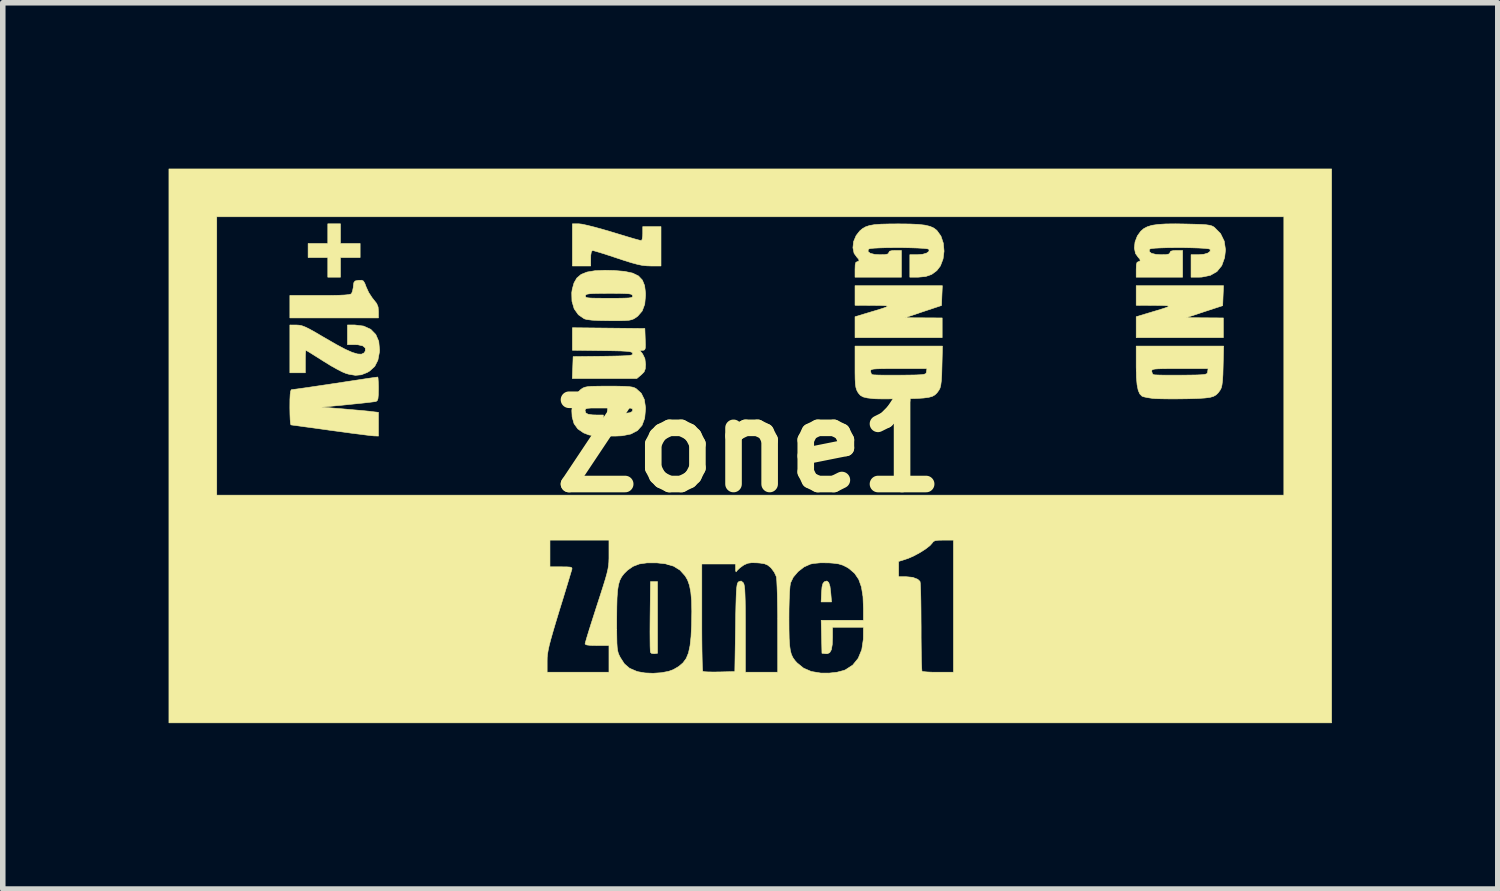
<source format=kicad_pcb>
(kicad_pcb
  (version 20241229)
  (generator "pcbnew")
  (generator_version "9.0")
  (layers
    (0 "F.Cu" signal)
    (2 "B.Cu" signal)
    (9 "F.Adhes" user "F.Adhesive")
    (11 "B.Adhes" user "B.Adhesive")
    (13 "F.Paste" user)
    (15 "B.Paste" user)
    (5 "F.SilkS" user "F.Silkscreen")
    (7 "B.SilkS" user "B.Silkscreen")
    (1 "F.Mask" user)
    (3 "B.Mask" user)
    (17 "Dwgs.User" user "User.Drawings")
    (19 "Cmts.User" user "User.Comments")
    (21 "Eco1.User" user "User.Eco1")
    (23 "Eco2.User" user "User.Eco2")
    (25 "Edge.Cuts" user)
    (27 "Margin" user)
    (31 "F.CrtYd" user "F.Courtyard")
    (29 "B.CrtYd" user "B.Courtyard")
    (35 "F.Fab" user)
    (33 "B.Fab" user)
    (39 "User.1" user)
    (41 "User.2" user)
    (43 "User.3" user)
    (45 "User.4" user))
  (footprint "Zone1"
    (layer "F.Cu")
    (at 10.506 5.014)
    (property "Reference" "Zone1" (at 0 0 0) (layer "F.SilkS") (effects (font (size 1.524 1.524) (thickness 0.3))))
    (attr through_hole)
    (fp_poly (pts (xy 1.431 2.47) (xy 1.454 2.54) (xy 1.468 2.655) (xy 1.482 2.822) (xy 1.294 2.822) (xy 1.302 2.653) (xy 1.31 2.551) (xy 1.326 2.49) (xy 1.352 2.457) (xy 1.353 2.457) (xy 1.398 2.443) (xy 1.431 2.47)) (stroke (width 0.01) (type solid)) (fill yes) (layer "F.SilkS"))
    (fp_poly (pts (xy -7.399 -3.661) (xy -7.043 -3.661) (xy -7.043 -3.407) (xy -7.399 -3.407) (xy -7.399 -3.051) (xy -7.628 -3.051) (xy -7.628 -3.407) (xy -7.984 -3.407) (xy -7.984 -3.661) (xy -7.628 -3.661) (xy -7.628 -4.017) (xy -7.399 -4.017) (xy -7.399 -3.661)) (stroke (width 0.01) (type solid)) (fill yes) (layer "F.SilkS"))
    (fp_poly (pts (xy -1.665 3.75) (xy -1.723 3.758) (xy -1.773 3.752) (xy -1.793 3.732) (xy -1.796 3.698) (xy -1.799 3.621) (xy -1.8 3.507) (xy -1.801 3.365) (xy -1.8 3.202) (xy -1.799 3.076) (xy -1.792 2.454) (xy -1.665 2.454) (xy -1.665 3.75)) (stroke (width 0.01) (type solid)) (fill yes) (layer "F.SilkS"))
    (fp_poly (pts (xy 8.563 -2.717) (xy 8.556 -2.536) (xy 8.225 -2.428) (xy 7.895 -2.319) (xy 8.568 -2.314) (xy 8.568 -1.958) (xy 6.992 -1.958) (xy 6.992 -2.336) (xy 7.214 -2.403) (xy 7.375 -2.451) (xy 7.488 -2.486) (xy 7.556 -2.51) (xy 7.579 -2.526) (xy 7.56 -2.534) (xy 7.5 -2.539) (xy 7.4 -2.54) (xy 7.316 -2.541) (xy 6.992 -2.543) (xy 6.992 -2.898) (xy 8.571 -2.898) (xy 8.563 -2.717)) (stroke (width 0.01) (type solid)) (fill yes) (layer "F.SilkS"))
    (fp_poly (pts (xy 3.478 -2.719) (xy 3.471 -2.539) (xy 3.14 -2.429) (xy 2.81 -2.318) (xy 3.146 -2.316) (xy 3.483 -2.314) (xy 3.483 -1.958) (xy 1.907 -1.958) (xy 1.907 -2.336) (xy 2.129 -2.403) (xy 2.29 -2.451) (xy 2.403 -2.486) (xy 2.47 -2.51) (xy 2.494 -2.526) (xy 2.475 -2.534) (xy 2.415 -2.539) (xy 2.315 -2.54) (xy 2.231 -2.541) (xy 1.907 -2.543) (xy 1.907 -2.898) (xy 3.486 -2.898) (xy 3.478 -2.719)) (stroke (width 0.01) (type solid)) (fill yes) (layer "F.SilkS"))
    (fp_poly (pts (xy -6.984 -2.982) (xy -6.959 -2.941) (xy -6.933 -2.872) (xy -6.888 -2.774) (xy -6.826 -2.679) (xy -6.8 -2.646) (xy -6.744 -2.575) (xy -6.718 -2.511) (xy -6.712 -2.431) (xy -6.712 -2.314) (xy -8.314 -2.314) (xy -8.314 -2.721) (xy -7.771 -2.721) (xy -7.576 -2.721) (xy -7.428 -2.724) (xy -7.321 -2.729) (xy -7.25 -2.736) (xy -7.211 -2.746) (xy -7.2 -2.753) (xy -7.181 -2.798) (xy -7.167 -2.868) (xy -7.166 -2.886) (xy -7.157 -2.952) (xy -7.135 -2.982) (xy -7.086 -2.993) (xy -7.068 -2.995) (xy -7.016 -2.996) (xy -6.984 -2.982)) (stroke (width 0.01) (type solid)) (fill yes) (layer "F.SilkS"))
    (fp_poly (pts (xy -3.031 -4.01) (xy -2.93 -3.988) (xy -2.798 -3.955) (xy -2.643 -3.912) (xy -2.483 -3.865) (xy -2.331 -3.819) (xy -2.196 -3.778) (xy -2.084 -3.745) (xy -2.003 -3.723) (xy -1.962 -3.713) (xy -1.959 -3.712) (xy -1.943 -3.735) (xy -1.934 -3.794) (xy -1.932 -3.839) (xy -1.932 -3.966) (xy -1.602 -3.966) (xy -1.602 -3.254) (xy -1.787 -3.254) (xy -1.865 -3.257) (xy -1.941 -3.265) (xy -2.027 -3.283) (xy -2.131 -3.311) (xy -2.266 -3.353) (xy -2.39 -3.394) (xy -2.529 -3.44) (xy -2.652 -3.48) (xy -2.751 -3.51) (xy -2.817 -3.529) (xy -2.84 -3.534) (xy -2.861 -3.514) (xy -2.872 -3.449) (xy -2.873 -3.394) (xy -2.873 -3.254) (xy -3.204 -3.254) (xy -3.204 -4.017) (xy -3.092 -4.017) (xy -3.031 -4.01)) (stroke (width 0.01) (type solid)) (fill yes) (layer "F.SilkS"))
    (fp_poly (pts (xy -2.549 -2.13) (xy -1.894 -2.123) (xy -1.887 -1.926) (xy -1.884 -1.827) (xy -1.886 -1.768) (xy -1.897 -1.739) (xy -1.917 -1.73) (xy -1.933 -1.729) (xy -1.987 -1.729) (xy -1.934 -1.662) (xy -1.893 -1.578) (xy -1.881 -1.474) (xy -1.887 -1.392) (xy -1.908 -1.338) (xy -1.956 -1.289) (xy -1.96 -1.286) (xy -2.038 -1.22) (xy -3.206 -1.22) (xy -3.198 -1.417) (xy -3.191 -1.615) (xy -2.649 -1.621) (xy -2.469 -1.624) (xy -2.334 -1.627) (xy -2.238 -1.631) (xy -2.174 -1.636) (xy -2.136 -1.643) (xy -2.118 -1.654) (xy -2.115 -1.667) (xy -2.115 -1.672) (xy -2.122 -1.687) (xy -2.141 -1.698) (xy -2.177 -1.706) (xy -2.238 -1.712) (xy -2.329 -1.717) (xy -2.457 -1.72) (xy -2.629 -1.723) (xy -2.664 -1.723) (xy -3.204 -1.73) (xy -3.204 -2.137) (xy -2.549 -2.13)) (stroke (width 0.01) (type solid)) (fill yes) (layer "F.SilkS"))
    (fp_poly (pts (xy -6.98 -2.167) (xy -6.852 -2.109) (xy -6.76 -2.015) (xy -6.706 -1.89) (xy -6.692 -1.734) (xy -6.694 -1.699) (xy -6.722 -1.55) (xy -6.779 -1.438) (xy -6.87 -1.355) (xy -6.915 -1.328) (xy -7.022 -1.286) (xy -7.127 -1.276) (xy -7.247 -1.296) (xy -7.3 -1.311) (xy -7.365 -1.338) (xy -7.46 -1.387) (xy -7.574 -1.451) (xy -7.694 -1.525) (xy -7.715 -1.538) (xy -7.824 -1.607) (xy -7.916 -1.665) (xy -7.984 -1.707) (xy -8.021 -1.727) (xy -8.024 -1.729) (xy -8.029 -1.706) (xy -8.033 -1.643) (xy -8.034 -1.554) (xy -8.034 -1.526) (xy -8.034 -1.322) (xy -8.314 -1.322) (xy -8.314 -2.187) (xy -8.193 -2.186) (xy -8.145 -2.183) (xy -8.096 -2.173) (xy -8.038 -2.151) (xy -7.963 -2.115) (xy -7.864 -2.06) (xy -7.733 -1.983) (xy -7.674 -1.949) (xy -7.475 -1.834) (xy -7.314 -1.748) (xy -7.186 -1.691) (xy -7.088 -1.662) (xy -7.018 -1.659) (xy -6.972 -1.682) (xy -6.95 -1.716) (xy -6.95 -1.771) (xy -6.995 -1.809) (xy -7.083 -1.829) (xy -7.135 -1.831) (xy -7.272 -1.831) (xy -7.272 -2.187) (xy -7.14 -2.187) (xy -6.98 -2.167)) (stroke (width 0.01) (type solid)) (fill yes) (layer "F.SilkS"))
    (fp_poly (pts (xy 8.564 -1.442) (xy 8.56 -1.289) (xy 8.553 -1.179) (xy 8.543 -1.101) (xy 8.53 -1.048) (xy 8.511 -1.01) (xy 8.511 -1.01) (xy 8.475 -0.96) (xy 8.437 -0.923) (xy 8.39 -0.896) (xy 8.324 -0.877) (xy 8.233 -0.866) (xy 8.109 -0.858) (xy 7.944 -0.853) (xy 7.89 -0.852) (xy 7.731 -0.85) (xy 7.577 -0.85) (xy 7.441 -0.852) (xy 7.335 -0.856) (xy 7.284 -0.86) (xy 7.197 -0.873) (xy 7.127 -0.888) (xy 7.097 -0.899) (xy 7.057 -0.94) (xy 7.028 -1.006) (xy 7.008 -1.105) (xy 6.996 -1.241) (xy 6.994 -1.35) (xy 7.272 -1.35) (xy 7.286 -1.303) (xy 7.303 -1.288) (xy 7.338 -1.284) (xy 7.415 -1.281) (xy 7.525 -1.279) (xy 7.66 -1.279) (xy 7.806 -1.279) (xy 7.971 -1.281) (xy 8.092 -1.283) (xy 8.176 -1.287) (xy 8.231 -1.293) (xy 8.262 -1.302) (xy 8.277 -1.315) (xy 8.283 -1.333) (xy 8.284 -1.341) (xy 8.292 -1.398) (xy 7.782 -1.398) (xy 7.609 -1.398) (xy 7.48 -1.397) (xy 7.389 -1.394) (xy 7.329 -1.39) (xy 7.294 -1.382) (xy 7.277 -1.371) (xy 7.272 -1.356) (xy 7.272 -1.35) (xy 6.994 -1.35) (xy 6.992 -1.421) (xy 6.992 -1.448) (xy 6.992 -1.805) (xy 8.573 -1.805) (xy 8.564 -1.442)) (stroke (width 0.01) (type solid)) (fill yes) (layer "F.SilkS"))
    (fp_poly (pts (xy 3.479 -1.442) (xy 3.475 -1.289) (xy 3.468 -1.179) (xy 3.458 -1.101) (xy 3.445 -1.048) (xy 3.426 -1.01) (xy 3.426 -1.01) (xy 3.39 -0.96) (xy 3.352 -0.923) (xy 3.305 -0.896) (xy 3.239 -0.878) (xy 3.148 -0.866) (xy 3.024 -0.858) (xy 2.859 -0.854) (xy 2.805 -0.853) (xy 2.649 -0.851) (xy 2.503 -0.85) (xy 2.377 -0.85) (xy 2.282 -0.852) (xy 2.237 -0.855) (xy 2.126 -0.868) (xy 2.053 -0.886) (xy 2.004 -0.914) (xy 1.966 -0.958) (xy 1.957 -0.973) (xy 1.937 -1.011) (xy 1.923 -1.057) (xy 1.914 -1.118) (xy 1.909 -1.205) (xy 1.907 -1.327) (xy 1.907 -1.35) (xy 2.187 -1.35) (xy 2.201 -1.303) (xy 2.218 -1.288) (xy 2.253 -1.284) (xy 2.33 -1.281) (xy 2.44 -1.279) (xy 2.575 -1.279) (xy 2.721 -1.279) (xy 2.886 -1.281) (xy 3.007 -1.283) (xy 3.091 -1.287) (xy 3.146 -1.293) (xy 3.177 -1.302) (xy 3.192 -1.315) (xy 3.198 -1.333) (xy 3.199 -1.341) (xy 3.207 -1.398) (xy 2.697 -1.398) (xy 2.524 -1.398) (xy 2.395 -1.397) (xy 2.304 -1.394) (xy 2.244 -1.39) (xy 2.209 -1.382) (xy 2.192 -1.371) (xy 2.187 -1.356) (xy 2.187 -1.35) (xy 1.907 -1.35) (xy 1.907 -1.43) (xy 1.907 -1.805) (xy 3.488 -1.805) (xy 3.479 -1.442)) (stroke (width 0.01) (type solid)) (fill yes) (layer "F.SilkS"))
    (fp_poly (pts (xy -6.719 -1.222) (xy -6.715 -1.16) (xy -6.712 -1.07) (xy -6.712 -1.031) (xy -6.714 -0.924) (xy -6.72 -0.858) (xy -6.732 -0.822) (xy -6.752 -0.806) (xy -6.757 -0.804) (xy -6.795 -0.798) (xy -6.876 -0.788) (xy -6.989 -0.775) (xy -7.126 -0.761) (xy -7.272 -0.746) (xy -7.742 -0.701) (xy -7.361 -0.67) (xy -7.214 -0.657) (xy -7.074 -0.645) (xy -6.953 -0.634) (xy -6.865 -0.625) (xy -6.846 -0.622) (xy -6.712 -0.607) (xy -6.712 -0.178) (xy -6.795 -0.181) (xy -6.841 -0.185) (xy -6.931 -0.196) (xy -7.056 -0.212) (xy -7.209 -0.231) (xy -7.382 -0.255) (xy -7.569 -0.28) (xy -7.577 -0.281) (xy -7.76 -0.307) (xy -7.926 -0.33) (xy -8.07 -0.349) (xy -8.183 -0.365) (xy -8.26 -0.375) (xy -8.294 -0.38) (xy -8.295 -0.38) (xy -8.302 -0.404) (xy -8.308 -0.47) (xy -8.312 -0.567) (xy -8.314 -0.686) (xy -8.314 -0.699) (xy -8.313 -0.839) (xy -8.308 -0.934) (xy -8.3 -0.99) (xy -8.288 -1.015) (xy -8.281 -1.017) (xy -8.249 -1.021) (xy -8.173 -1.031) (xy -8.059 -1.047) (xy -7.915 -1.068) (xy -7.746 -1.093) (xy -7.559 -1.121) (xy -7.492 -1.131) (xy -7.302 -1.16) (xy -7.129 -1.186) (xy -6.979 -1.209) (xy -6.858 -1.227) (xy -6.772 -1.239) (xy -6.728 -1.245) (xy -6.724 -1.246) (xy -6.719 -1.222)) (stroke (width 0.01) (type solid)) (fill yes) (layer "F.SilkS"))
    (fp_poly (pts (xy -2.449 -3.172) (xy -2.26 -3.156) (xy -2.115 -3.125) (xy -2.01 -3.074) (xy -1.939 -2.999) (xy -1.898 -2.898) (xy -1.882 -2.764) (xy -1.882 -2.721) (xy -1.896 -2.563) (xy -1.942 -2.44) (xy -2.022 -2.347) (xy -2.057 -2.321) (xy -2.094 -2.298) (xy -2.132 -2.283) (xy -2.182 -2.272) (xy -2.253 -2.267) (xy -2.353 -2.264) (xy -2.494 -2.264) (xy -2.527 -2.264) (xy -2.713 -2.267) (xy -2.852 -2.274) (xy -2.946 -2.286) (xy -2.99 -2.299) (xy -3.096 -2.372) (xy -3.172 -2.479) (xy -3.212 -2.615) (xy -3.215 -2.714) (xy -2.97 -2.714) (xy -2.97 -2.698) (xy -2.956 -2.686) (xy -2.924 -2.678) (xy -2.865 -2.673) (xy -2.773 -2.671) (xy -2.641 -2.67) (xy -2.543 -2.67) (xy -2.384 -2.67) (xy -2.269 -2.672) (xy -2.192 -2.675) (xy -2.145 -2.681) (xy -2.121 -2.691) (xy -2.114 -2.704) (xy -2.115 -2.714) (xy -2.123 -2.731) (xy -2.142 -2.743) (xy -2.181 -2.751) (xy -2.247 -2.755) (xy -2.347 -2.758) (xy -2.489 -2.759) (xy -2.543 -2.759) (xy -2.698 -2.758) (xy -2.81 -2.756) (xy -2.886 -2.752) (xy -2.933 -2.745) (xy -2.958 -2.735) (xy -2.969 -2.72) (xy -2.97 -2.714) (xy -3.215 -2.714) (xy -3.216 -2.772) (xy -3.207 -2.834) (xy -3.175 -2.948) (xy -3.124 -3.036) (xy -3.047 -3.101) (xy -2.94 -3.144) (xy -2.797 -3.168) (xy -2.615 -3.176) (xy -2.449 -3.172)) (stroke (width 0.01) (type solid)) (fill yes) (layer "F.SilkS"))
    (fp_poly (pts (xy -2.385 -1.08) (xy -2.266 -1.077) (xy -2.181 -1.072) (xy -2.123 -1.064) (xy -2.081 -1.051) (xy -2.051 -1.035) (xy -1.958 -0.95) (xy -1.903 -0.838) (xy -1.882 -0.693) (xy -1.882 -0.667) (xy -1.897 -0.501) (xy -1.945 -0.371) (xy -2.028 -0.277) (xy -2.147 -0.215) (xy -2.306 -0.183) (xy -2.422 -0.178) (xy -2.568 -0.178) (xy -2.568 -0.634) (xy -2.365 -0.634) (xy -2.359 -0.603) (xy -2.333 -0.589) (xy -2.274 -0.588) (xy -2.244 -0.59) (xy -2.165 -0.6) (xy -2.125 -0.621) (xy -2.115 -0.642) (xy -2.118 -0.669) (xy -2.146 -0.682) (xy -2.21 -0.686) (xy -2.236 -0.686) (xy -2.312 -0.684) (xy -2.351 -0.673) (xy -2.364 -0.649) (xy -2.365 -0.634) (xy -2.568 -0.634) (xy -2.568 -0.686) (xy -2.771 -0.686) (xy -2.873 -0.685) (xy -2.934 -0.68) (xy -2.964 -0.669) (xy -2.974 -0.649) (xy -2.975 -0.638) (xy -2.963 -0.597) (xy -2.921 -0.573) (xy -2.842 -0.561) (xy -2.769 -0.559) (xy -2.644 -0.559) (xy -2.644 -0.178) (xy -2.766 -0.178) (xy -2.905 -0.198) (xy -3.001 -0.235) (xy -3.106 -0.307) (xy -3.174 -0.401) (xy -3.209 -0.523) (xy -3.215 -0.637) (xy -3.199 -0.791) (xy -3.151 -0.912) (xy -3.067 -1.008) (xy -3.043 -1.027) (xy -3.013 -1.047) (xy -2.978 -1.061) (xy -2.93 -1.071) (xy -2.861 -1.077) (xy -2.763 -1.079) (xy -2.625 -1.081) (xy -2.546 -1.081) (xy -2.385 -1.08)) (stroke (width 0.01) (type solid)) (fill yes) (layer "F.SilkS"))
    (fp_poly (pts (xy 7.885 -4.013) (xy 8.049 -4.009) (xy 8.171 -4.005) (xy 8.258 -3.999) (xy 8.319 -3.99) (xy 8.361 -3.978) (xy 8.392 -3.962) (xy 8.406 -3.952) (xy 8.517 -3.84) (xy 8.584 -3.703) (xy 8.607 -3.546) (xy 8.591 -3.405) (xy 8.539 -3.26) (xy 8.452 -3.153) (xy 8.332 -3.084) (xy 8.178 -3.053) (xy 8.124 -3.051) (xy 7.984 -3.051) (xy 7.984 -3.458) (xy 8.119 -3.458) (xy 8.216 -3.466) (xy 8.289 -3.488) (xy 8.33 -3.52) (xy 8.329 -3.556) (xy 8.299 -3.565) (xy 8.227 -3.573) (xy 8.122 -3.579) (xy 7.995 -3.583) (xy 7.854 -3.586) (xy 7.708 -3.586) (xy 7.567 -3.585) (xy 7.439 -3.581) (xy 7.335 -3.576) (xy 7.263 -3.568) (xy 7.233 -3.558) (xy 7.228 -3.515) (xy 7.268 -3.483) (xy 7.35 -3.463) (xy 7.44 -3.458) (xy 7.532 -3.46) (xy 7.582 -3.47) (xy 7.601 -3.488) (xy 7.602 -3.496) (xy 7.617 -3.521) (xy 7.668 -3.533) (xy 7.717 -3.534) (xy 7.831 -3.534) (xy 7.831 -3.051) (xy 6.992 -3.051) (xy 6.992 -3.191) (xy 6.995 -3.275) (xy 7.007 -3.319) (xy 7.03 -3.331) (xy 7.064 -3.344) (xy 7.058 -3.378) (xy 7.031 -3.407) (xy 6.979 -3.48) (xy 6.959 -3.579) (xy 6.971 -3.689) (xy 7.013 -3.798) (xy 7.075 -3.883) (xy 7.128 -3.929) (xy 7.193 -3.963) (xy 7.276 -3.989) (xy 7.385 -4.005) (xy 7.526 -4.014) (xy 7.705 -4.016) (xy 7.885 -4.013)) (stroke (width 0.01) (type solid)) (fill yes) (layer "F.SilkS"))
    (fp_poly (pts (xy 2.895 -4.013) (xy 3.052 -4.006) (xy 3.173 -3.992) (xy 3.264 -3.97) (xy 3.333 -3.939) (xy 3.387 -3.897) (xy 3.387 -3.897) (xy 3.461 -3.794) (xy 3.504 -3.665) (xy 3.517 -3.522) (xy 3.499 -3.381) (xy 3.451 -3.255) (xy 3.387 -3.171) (xy 3.294 -3.102) (xy 3.186 -3.064) (xy 3.048 -3.051) (xy 3.037 -3.051) (xy 2.898 -3.051) (xy 2.898 -3.458) (xy 3.033 -3.458) (xy 3.131 -3.466) (xy 3.204 -3.488) (xy 3.245 -3.52) (xy 3.244 -3.556) (xy 3.214 -3.565) (xy 3.142 -3.573) (xy 3.037 -3.579) (xy 2.91 -3.583) (xy 2.769 -3.586) (xy 2.623 -3.586) (xy 2.482 -3.585) (xy 2.354 -3.581) (xy 2.25 -3.576) (xy 2.178 -3.568) (xy 2.148 -3.558) (xy 2.142 -3.515) (xy 2.183 -3.483) (xy 2.264 -3.463) (xy 2.355 -3.458) (xy 2.447 -3.46) (xy 2.497 -3.47) (xy 2.516 -3.488) (xy 2.517 -3.496) (xy 2.532 -3.521) (xy 2.583 -3.533) (xy 2.632 -3.534) (xy 2.746 -3.534) (xy 2.746 -3.051) (xy 1.907 -3.051) (xy 1.907 -3.191) (xy 1.91 -3.275) (xy 1.922 -3.319) (xy 1.945 -3.331) (xy 1.979 -3.344) (xy 1.973 -3.378) (xy 1.946 -3.406) (xy 1.89 -3.483) (xy 1.869 -3.584) (xy 1.881 -3.695) (xy 1.927 -3.804) (xy 1.993 -3.888) (xy 2.043 -3.93) (xy 2.099 -3.962) (xy 2.168 -3.985) (xy 2.258 -4.001) (xy 2.377 -4.01) (xy 2.533 -4.014) (xy 2.695 -4.015) (xy 2.895 -4.013)) (stroke (width 0.01) (type solid)) (fill yes) (layer "F.SilkS"))
    (fp_poly (pts (xy 10.526 5.009) (xy -10.501 5.009) (xy -10.501 3.897) (xy -3.661 3.897) (xy -3.661 4.093) (xy -2.543 4.093) (xy -2.543 3.61) (xy -2.759 3.61) (xy -2.874 3.608) (xy -2.944 3.6) (xy -2.973 3.585) (xy -2.975 3.579) (xy -2.967 3.547) (xy -2.946 3.474) (xy -2.913 3.366) (xy -2.87 3.228) (xy -2.842 3.141) (xy -2.403 3.141) (xy -2.403 3.324) (xy -2.401 3.464) (xy -2.399 3.568) (xy -2.394 3.645) (xy -2.386 3.702) (xy -2.375 3.746) (xy -2.359 3.785) (xy -2.339 3.825) (xy -2.264 3.941) (xy -2.171 4.021) (xy -2.046 4.075) (xy -2.017 4.084) (xy -1.891 4.106) (xy -1.745 4.112) (xy -1.596 4.102) (xy -1.464 4.077) (xy -1.379 4.046) (xy -1.28 3.988) (xy -1.204 3.923) (xy -1.146 3.844) (xy -1.105 3.744) (xy -1.077 3.614) (xy -1.059 3.449) (xy -1.049 3.24) (xy -1.049 3.231) (xy -1.045 2.994) (xy -1.049 2.801) (xy -1.063 2.646) (xy -1.087 2.522) (xy -1.122 2.424) (xy -1.164 2.352) (xy -1.258 2.247) (xy -1.374 2.175) (xy -1.508 2.136) (xy -0.864 2.136) (xy -0.864 3.098) (xy -0.864 3.314) (xy -0.863 3.514) (xy -0.861 3.693) (xy -0.858 3.844) (xy -0.855 3.962) (xy -0.851 4.041) (xy -0.847 4.076) (xy -0.847 4.077) (xy -0.816 4.084) (xy -0.745 4.088) (xy -0.645 4.089) (xy -0.548 4.088) (xy -0.267 4.081) (xy -0.254 3.283) (xy -0.251 3.059) (xy -0.247 2.881) (xy -0.243 2.743) (xy -0.239 2.64) (xy -0.233 2.566) (xy -0.226 2.516) (xy -0.218 2.484) (xy -0.207 2.466) (xy -0.196 2.456) (xy -0.153 2.443) (xy -0.117 2.472) (xy -0.113 2.477) (xy -0.102 2.5) (xy -0.094 2.539) (xy -0.087 2.599) (xy -0.083 2.687) (xy -0.079 2.806) (xy -0.077 2.963) (xy -0.076 3.162) (xy -0.076 3.31) (xy -0.076 4.093) (xy 0.509 4.093) (xy 0.508 3.274) (xy 0.508 3.122) (xy 0.712 3.122) (xy 0.713 3.324) (xy 0.716 3.482) (xy 0.724 3.605) (xy 0.737 3.699) (xy 0.756 3.771) (xy 0.784 3.83) (xy 0.821 3.882) (xy 0.859 3.924) (xy 0.976 4.019) (xy 1.117 4.08) (xy 1.287 4.108) (xy 1.437 4.109) (xy 1.581 4.093) (xy 1.707 4.06) (xy 1.732 4.05) (xy 1.865 3.964) (xy 1.964 3.842) (xy 2.029 3.685) (xy 2.057 3.497) (xy 2.058 3.452) (xy 2.059 3.28) (xy 1.5 3.28) (xy 1.5 3.456) (xy 1.495 3.593) (xy 1.479 3.686) (xy 1.449 3.739) (xy 1.404 3.759) (xy 1.379 3.758) (xy 1.309 3.75) (xy 1.302 3.452) (xy 1.295 3.153) (xy 2.059 3.153) (xy 2.059 2.94) (xy 2.051 2.725) (xy 2.023 2.552) (xy 1.974 2.414) (xy 1.9 2.305) (xy 1.8 2.219) (xy 1.764 2.196) (xy 1.689 2.158) (xy 1.611 2.134) (xy 1.514 2.121) (xy 1.432 2.115) (xy 1.282 2.114) (xy 1.155 2.126) (xy 1.101 2.137) (xy 0.985 2.189) (xy 0.877 2.273) (xy 0.79 2.375) (xy 0.74 2.479) (xy 0.731 2.539) (xy 0.723 2.641) (xy 0.717 2.778) (xy 0.713 2.942) (xy 0.712 3.122) (xy 0.508 3.122) (xy 0.508 3.063) (xy 0.505 2.868) (xy 0.502 2.695) (xy 0.497 2.552) (xy 0.492 2.443) (xy 0.486 2.377) (xy 0.483 2.363) (xy 0.447 2.285) (xy 0.391 2.209) (xy 0.381 2.199) (xy 0.328 2.156) (xy 0.271 2.132) (xy 0.19 2.119) (xy 0.141 2.115) (xy 0.04 2.112) (xy -0.031 2.122) (xy -0.092 2.148) (xy -0.113 2.16) (xy -0.176 2.206) (xy -0.222 2.25) (xy -0.228 2.258) (xy -0.245 2.278) (xy -0.252 2.256) (xy -0.253 2.218) (xy -0.254 2.136) (xy -0.864 2.136) (xy -1.508 2.136) (xy -1.521 2.132) (xy -1.678 2.115) (xy -1.854 2.115) (xy -1.994 2.135) (xy -2.108 2.179) (xy -2.207 2.248) (xy -2.212 2.253) (xy -2.269 2.309) (xy -2.313 2.366) (xy -2.347 2.431) (xy -2.371 2.512) (xy -2.387 2.614) (xy -2.397 2.747) (xy -2.401 2.915) (xy -2.403 3.127) (xy -2.403 3.141) (xy -2.842 3.141) (xy -2.819 3.069) (xy -2.763 2.894) (xy -2.759 2.882) (xy -2.695 2.685) (xy -2.645 2.528) (xy -2.607 2.405) (xy -2.58 2.308) (xy -2.562 2.23) (xy -2.551 2.163) (xy -2.545 2.099) (xy -2.545 2.09) (xy 2.695 2.09) (xy 2.695 2.365) (xy 2.824 2.365) (xy 2.95 2.377) (xy 3.041 2.412) (xy 3.082 2.451) (xy 3.087 2.483) (xy 3.091 2.558) (xy 3.095 2.673) (xy 3.098 2.818) (xy 3.1 2.989) (xy 3.101 3.179) (xy 3.102 3.269) (xy 3.102 3.465) (xy 3.104 3.644) (xy 3.106 3.8) (xy 3.109 3.927) (xy 3.113 4.019) (xy 3.117 4.069) (xy 3.119 4.077) (xy 3.15 4.083) (xy 3.22 4.089) (xy 3.319 4.093) (xy 3.411 4.093) (xy 3.687 4.093) (xy 3.687 1.704) (xy 3.51 1.704) (xy 3.412 1.706) (xy 3.354 1.714) (xy 3.321 1.733) (xy 3.307 1.752) (xy 3.263 1.802) (xy 3.185 1.863) (xy 3.085 1.927) (xy 2.977 1.986) (xy 2.874 2.032) (xy 2.839 2.044) (xy 2.695 2.09) (xy -2.545 2.09) (xy -2.543 2.032) (xy -2.543 1.96) (xy -2.543 1.704) (xy -3.61 1.704) (xy -3.61 2.187) (xy -3.405 2.187) (xy -3.304 2.188) (xy -3.244 2.192) (xy -3.216 2.203) (xy -3.211 2.221) (xy -3.213 2.231) (xy -3.224 2.266) (xy -3.247 2.343) (xy -3.281 2.456) (xy -3.324 2.598) (xy -3.374 2.762) (xy -3.43 2.942) (xy -3.444 2.988) (xy -3.508 3.199) (xy -3.558 3.369) (xy -3.596 3.503) (xy -3.624 3.61) (xy -3.642 3.695) (xy -3.654 3.766) (xy -3.66 3.829) (xy -3.661 3.891) (xy -3.661 3.897) (xy -10.501 3.897) (xy -10.501 -4.144) (xy -9.636 -4.144) (xy -9.636 0.89) (xy 9.662 0.89) (xy 9.662 -4.144) (xy -9.636 -4.144) (xy -10.501 -4.144) (xy -10.501 -5.009) (xy 10.526 -5.009) (xy 10.526 5.009)) (stroke (width 0.01) (type solid)) (fill yes) (layer "F.SilkS")))
  (gr_rect
    (start -3 -3)
    (end 24.037 13.028)
    (stroke (width 0.1) (type default))
    (fill no)
    (layer "Edge.Cuts")))
</source>
